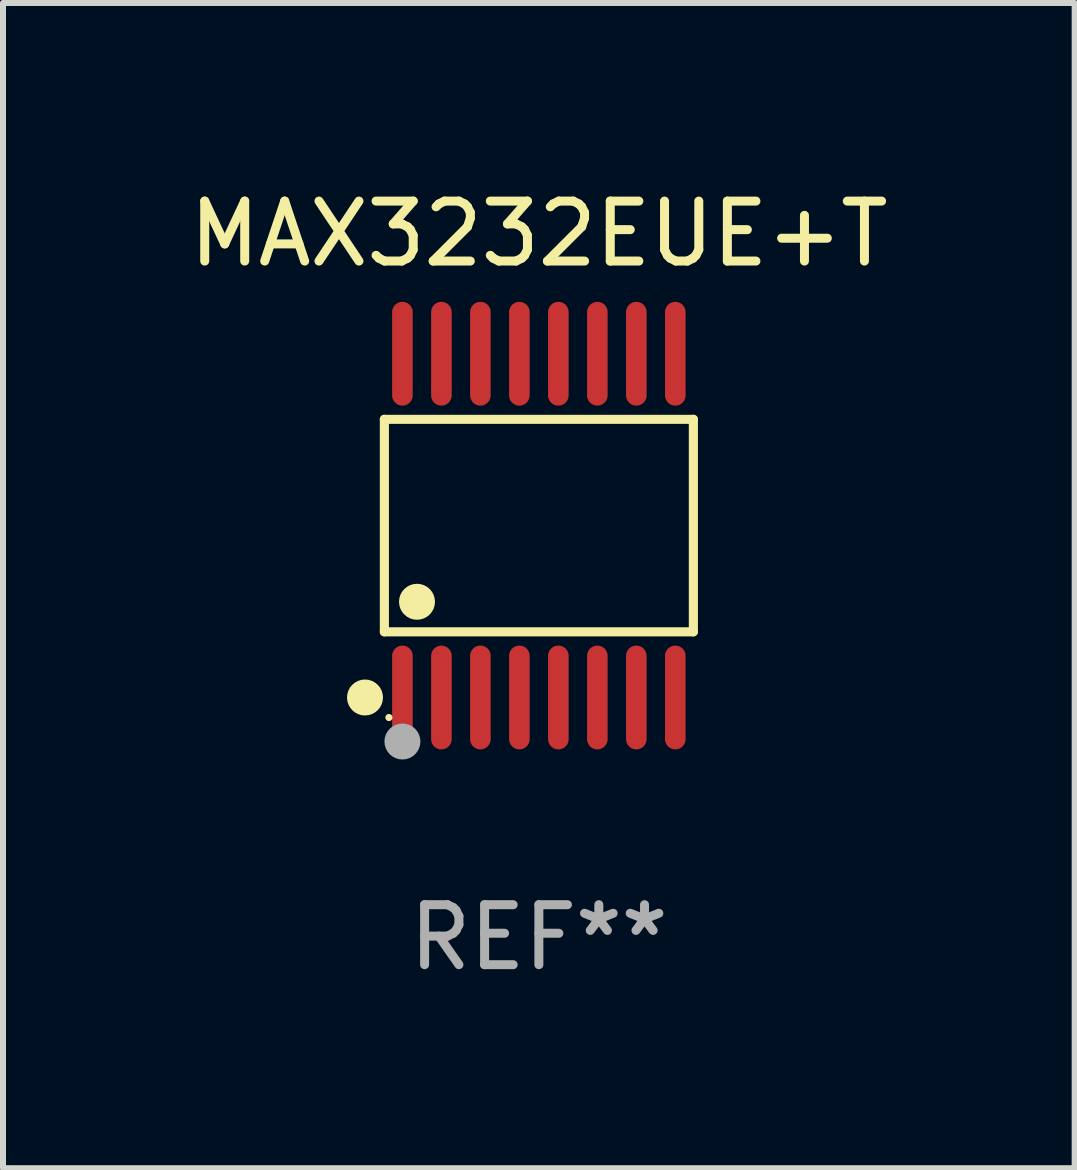
<source format=kicad_pcb>
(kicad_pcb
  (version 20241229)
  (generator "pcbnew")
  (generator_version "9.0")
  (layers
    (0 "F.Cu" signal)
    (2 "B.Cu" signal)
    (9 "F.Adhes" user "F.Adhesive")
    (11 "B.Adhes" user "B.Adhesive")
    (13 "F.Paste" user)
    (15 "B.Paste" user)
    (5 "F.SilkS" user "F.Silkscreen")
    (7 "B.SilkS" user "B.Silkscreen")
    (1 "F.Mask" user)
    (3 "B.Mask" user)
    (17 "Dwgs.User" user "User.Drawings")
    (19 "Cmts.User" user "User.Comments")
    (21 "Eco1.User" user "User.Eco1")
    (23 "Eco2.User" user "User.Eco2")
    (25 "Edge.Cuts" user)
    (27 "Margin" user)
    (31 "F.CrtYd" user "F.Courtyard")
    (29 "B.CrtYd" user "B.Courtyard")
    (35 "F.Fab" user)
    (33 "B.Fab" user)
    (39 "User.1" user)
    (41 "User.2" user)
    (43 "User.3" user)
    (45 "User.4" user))
  (footprint "MAX3232EUE+T"
    (layer "F.Cu")
    (at 5.935 5.714)
    (property "Reference" "MAX3232EUE+T" (at 0 -4.866 0) (layer "F.SilkS") (effects (font (size 1 1) (thickness 0.15))))
    (attr through_hole)
    (fp_line (start -2.576 -1.772) (end 2.576 -1.772) (stroke (width 0.152) (type solid)) (layer "F.SilkS"))
    (fp_line (start -2.576 1.771) (end -2.576 -1.772) (stroke (width 0.152) (type solid)) (layer "F.SilkS"))
    (fp_line (start 2.576 -1.772) (end 2.576 1.771) (stroke (width 0.152) (type solid)) (layer "F.SilkS"))
    (fp_line (start 2.576 1.771) (end -2.576 1.771) (stroke (width 0.152) (type solid)) (layer "F.SilkS"))
    (fp_circle (center -2.899 2.866) (end -2.749 2.866) (stroke (width 0.3) (type solid)) (fill no) (layer "F.SilkS"))
    (fp_circle (center -2.5 3.2) (end -2.47 3.2) (stroke (width 0.06) (type solid)) (fill no) (layer "F.SilkS"))
    (fp_circle (center -2.032 1.27) (end -1.882 1.27) (stroke (width 0.3) (type solid)) (fill no) (layer "F.SilkS"))
    (fp_circle (center -2.275 3.6) (end -2.125 3.6) (stroke (width 0.3) (type solid)) (fill no) (layer "F.Fab"))
    (fp_text user "REF**" (at 0 6.866 0) (layer "F.Fab") (effects (font (size 1 1) (thickness 0.15))))
    (pad "1" smd oval (at -2.275 2.866) (size 0.343 1.731) (layers "F.Cu" "F.Mask" "F.Paste"))
    (pad "2" smd oval (at -1.625 2.866) (size 0.343 1.731) (layers "F.Cu" "F.Mask" "F.Paste"))
    (pad "3" smd oval (at -0.975 2.866) (size 0.343 1.731) (layers "F.Cu" "F.Mask" "F.Paste"))
    (pad "4" smd oval (at -0.325 2.866) (size 0.343 1.731) (layers "F.Cu" "F.Mask" "F.Paste"))
    (pad "5" smd oval (at 0.325 2.866) (size 0.343 1.731) (layers "F.Cu" "F.Mask" "F.Paste"))
    (pad "6" smd oval (at 0.975 2.866) (size 0.343 1.731) (layers "F.Cu" "F.Mask" "F.Paste"))
    (pad "7" smd oval (at 1.625 2.866) (size 0.343 1.731) (layers "F.Cu" "F.Mask" "F.Paste"))
    (pad "8" smd oval (at 2.275 2.866) (size 0.343 1.731) (layers "F.Cu" "F.Mask" "F.Paste"))
    (pad "9" smd oval (at 2.275 -2.866) (size 0.343 1.731) (layers "F.Cu" "F.Mask" "F.Paste"))
    (pad "10" smd oval (at 1.625 -2.866) (size 0.343 1.731) (layers "F.Cu" "F.Mask" "F.Paste"))
    (pad "11" smd oval (at 0.975 -2.866) (size 0.343 1.731) (layers "F.Cu" "F.Mask" "F.Paste"))
    (pad "12" smd oval (at 0.325 -2.866) (size 0.343 1.731) (layers "F.Cu" "F.Mask" "F.Paste"))
    (pad "13" smd oval (at -0.325 -2.866) (size 0.343 1.731) (layers "F.Cu" "F.Mask" "F.Paste"))
    (pad "14" smd oval (at -0.975 -2.866) (size 0.343 1.731) (layers "F.Cu" "F.Mask" "F.Paste"))
    (pad "15" smd oval (at -1.625 -2.866) (size 0.343 1.731) (layers "F.Cu" "F.Mask" "F.Paste"))
    (pad "16" smd oval (at -2.275 -2.866) (size 0.343 1.731) (layers "F.Cu" "F.Mask" "F.Paste")))
  (gr_rect
    (start -3 -3)
    (end 14.869 16.428)
    (stroke (width 0.1) (type default))
    (fill no)
    (layer "Edge.Cuts")))
</source>
